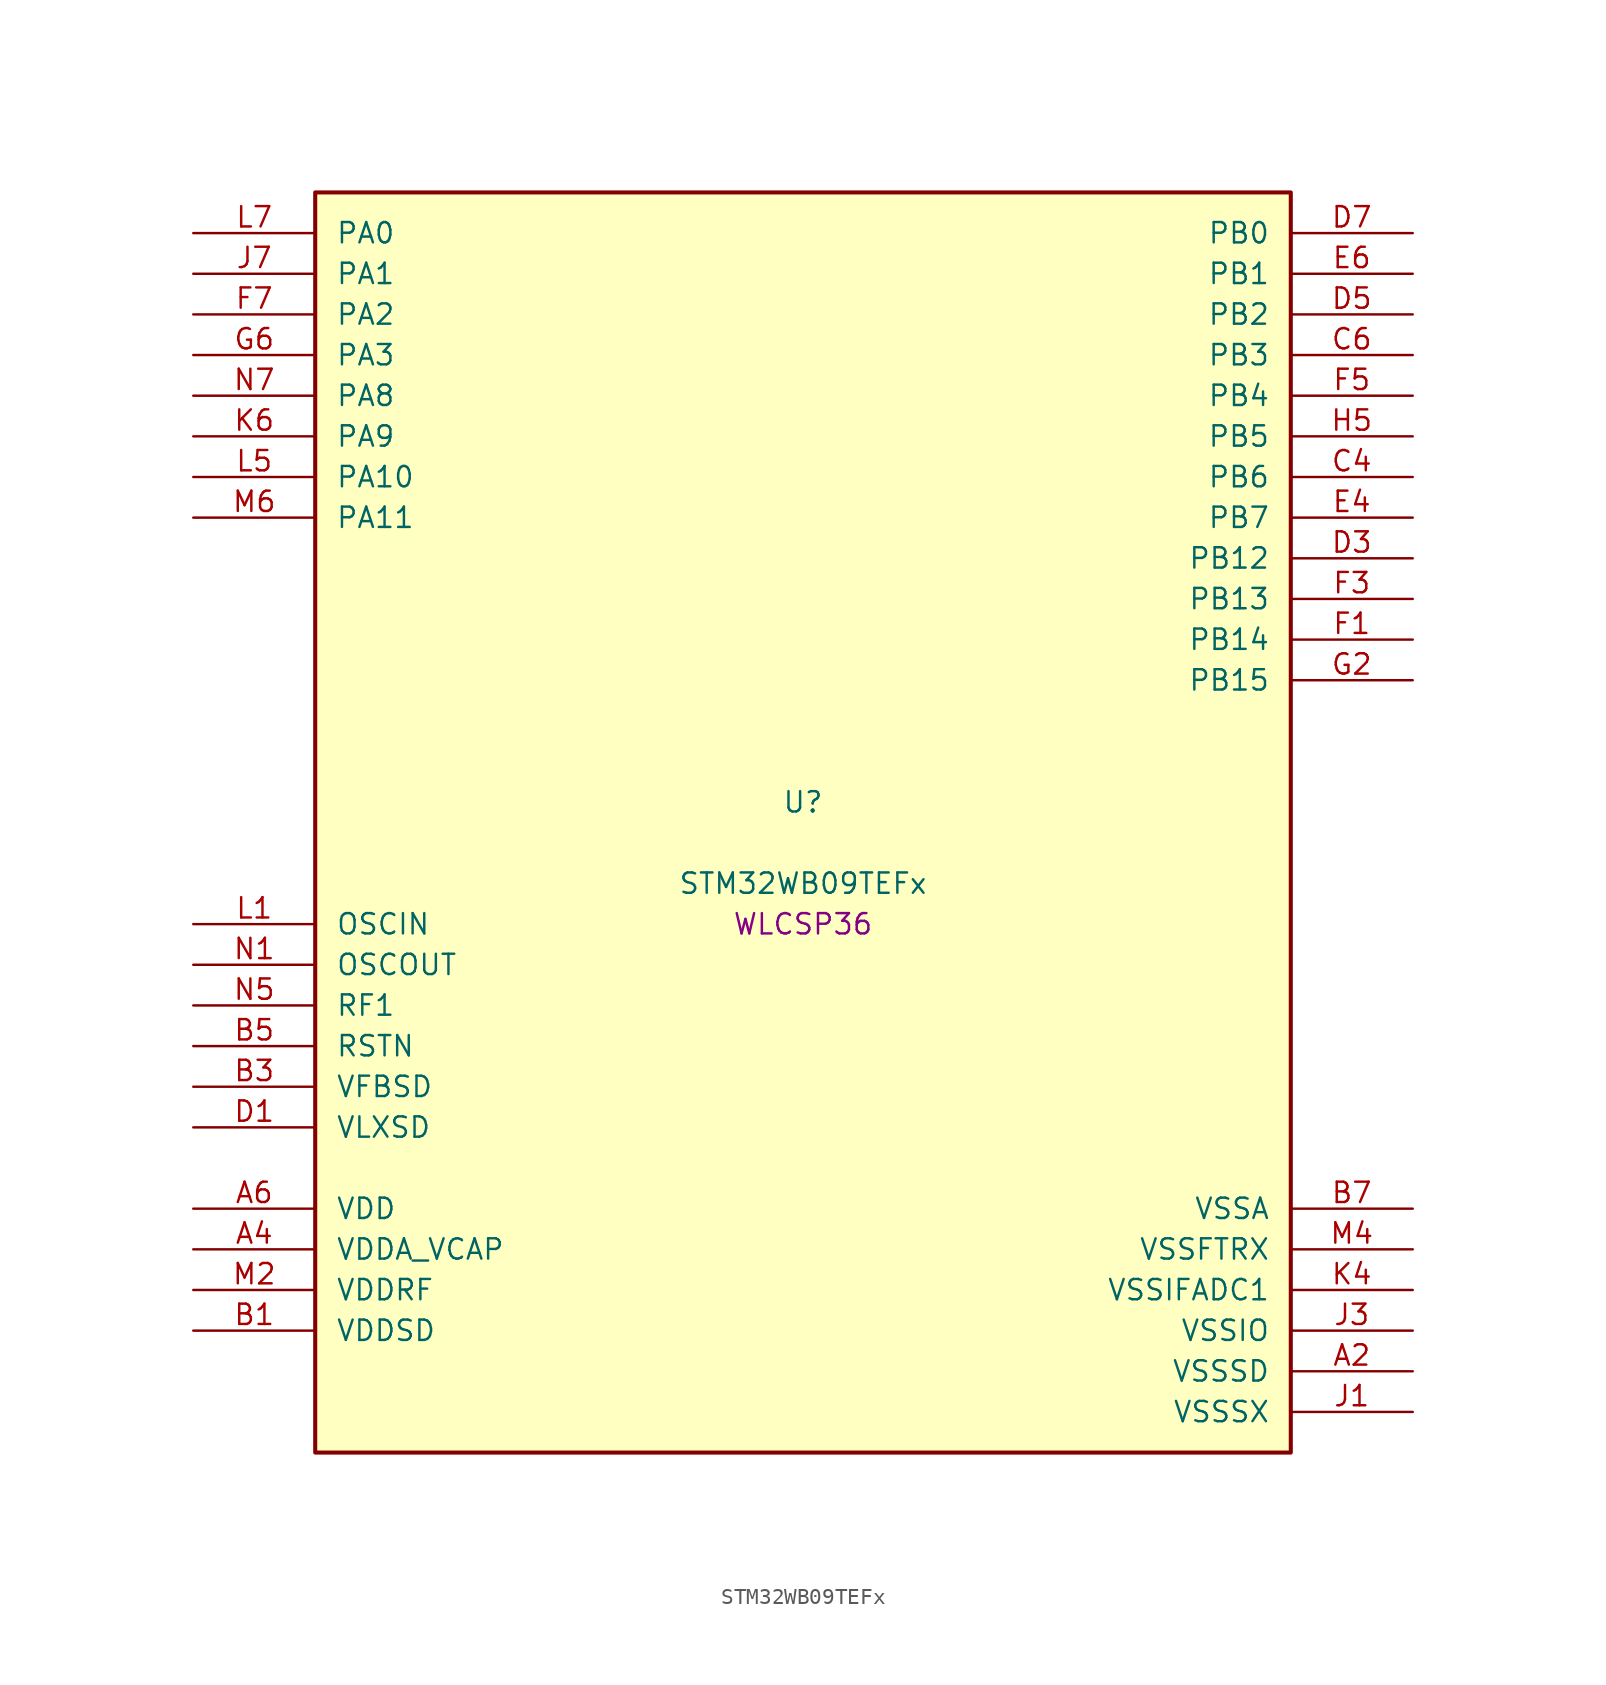
<source format=kicad_sym>
(kicad_symbol_lib
  (version 20241209)
  (generator "stm32_pkl_generator")
  (generator_version "1.0")
  (symbol "STM32WB09TEFx"
    (pin_names
      (offset 1.27))
    (property "Reference" "U"
      (at 0 2.54 0))
    (property "Value" "STM32WB09TEFx"
      (at 0 -2.54 0))
    (property "Footprint" "WLCSP36"
      (at 0 -5.08 0))
    (symbol "STM32WB09TEFx_1_1"
      (rectangle (start -30.48 40.64) (end 30.48 -38.1) (stroke (width 0.254) (type solid)) (fill (type background)))
      (pin bidirectional line (at -38.1 38.1 0) (length 7.62) (name "PA0") (number "L7") (alternate "PA0/I2C1_SCL" bidirectional line) (alternate "PA0/IR_OUT" bidirectional line) (alternate "PA0/PWR_WKUP12" bidirectional line) (alternate "PA0/TIM2_CH3" bidirectional line) (alternate "PA0/USART1_CTS" bidirectional line))
      (pin bidirectional line (at -38.1 35.56 0) (length 7.62) (name "PA1") (number "J7") (alternate "PA1/I2C1_SDA" bidirectional line) (alternate "PA1/IR_OUT" bidirectional line) (alternate "PA1/PWR_WKUP13" bidirectional line) (alternate "PA1/TIM2_CH4" bidirectional line) (alternate "PA1/USART1_TX" bidirectional line))
      (pin bidirectional line (at -38.1 33.02 0) (length 7.62) (name "PA2") (number "F7") (alternate "PA2/ADC1_VINM2" bidirectional line) (alternate "PA2/DEBUG_SWDIO" bidirectional line) (alternate "PA2/I2S3_MCK" bidirectional line) (alternate "PA2/PWR_WKUP14" bidirectional line) (alternate "PA2/TIM16_CH1" bidirectional line) (alternate "PA2/TIM2_CH1" bidirectional line) (alternate "PA2/USART1_CK" bidirectional line))
      (pin bidirectional line (at -38.1 30.48 0) (length 7.62) (name "PA3") (number "G6") (alternate "PA3/ADC1_VINP2" bidirectional line) (alternate "PA3/DEBUG_SWCLK" bidirectional line) (alternate "PA3/I2S3_SCK" bidirectional line) (alternate "PA3/PWR_WKUP15" bidirectional line) (alternate "PA3/SPI3_SCK" bidirectional line) (alternate "PA3/TIM16_CH1N" bidirectional line) (alternate "PA3/TIM2_CH2" bidirectional line) (alternate "PA3/USART1_DE" bidirectional line) (alternate "PA3/USART1_RTS" bidirectional line))
      (pin bidirectional line (at -38.1 27.94 0) (length 7.62) (name "PA8") (number "N7") (alternate "PA8/PWR_WKUP8" bidirectional line) (alternate "PA8/RADIO_RX_SEQUENCE" bidirectional line) (alternate "PA8/RTC_OUT" bidirectional line) (alternate "PA8/SPI3_MISO" bidirectional line) (alternate "PA8/TIM16_BK" bidirectional line) (alternate "PA8/TIM2_CH3" bidirectional line) (alternate "PA8/USART1_RX" bidirectional line))
      (pin bidirectional line (at -38.1 25.4 0) (length 7.62) (name "PA9") (number "K6") (alternate "PA9/I2S3_WS" bidirectional line) (alternate "PA9/PWR_WKUP9" bidirectional line) (alternate "PA9/RTC_OUT" bidirectional line) (alternate "PA9/SPI3_NSS" bidirectional line) (alternate "PA9/TIM17_CH1" bidirectional line) (alternate "PA9/TIM2_CH4" bidirectional line) (alternate "PA9/USART1_TX" bidirectional line))
      (pin bidirectional line (at -38.1 22.86 0) (length 7.62) (name "PA10") (number "L5") (alternate "PA10/I2S3_MCK" bidirectional line) (alternate "PA10/LPUART1_CTS" bidirectional line) (alternate "PA10/PWR_WKUP10" bidirectional line) (alternate "PA10/RADIO_TX_SEQUENCE" bidirectional line) (alternate "PA10/RCC_LCO" bidirectional line) (alternate "PA10/TIM17_CH1N" bidirectional line))
      (pin bidirectional line (at -38.1 20.32 0) (length 7.62) (name "PA11") (number "M6") (alternate "PA11/I2S3_SD" bidirectional line) (alternate "PA11/PWR_WKUP11" bidirectional line) (alternate "PA11/RADIO_RX_SEQUENCE" bidirectional line) (alternate "PA11/RCC_MCO" bidirectional line) (alternate "PA11/SPI3_MOSI" bidirectional line) (alternate "PA11/TIM17_BK" bidirectional line))
      (pin bidirectional line (at 38.1 38.1 180) (length 7.62) (name "PB0") (number "D7") (alternate "PB0/ADC1_VINM1" bidirectional line) (alternate "PB0/LPUART1_DE" bidirectional line) (alternate "PB0/LPUART1_RTS" bidirectional line) (alternate "PB0/PWR_WKUP0" bidirectional line) (alternate "PB0/RADIO_ANTENNA_ID_0" bidirectional line) (alternate "PB0/TIM16_CH1" bidirectional line) (alternate "PB0/USART1_RX" bidirectional line))
      (pin bidirectional line (at 38.1 35.56 180) (length 7.62) (name "PB1") (number "E6") (alternate "PB1/ADC1_VINP1" bidirectional line) (alternate "PB1/PWR_WKUP1" bidirectional line) (alternate "PB1/RADIO_ANTENNA_ID_1" bidirectional line) (alternate "PB1/TIM16_CH1N" bidirectional line) (alternate "PB1/TIM2_ETR" bidirectional line) (alternate "PB1/USART1_CK" bidirectional line))
      (pin bidirectional line (at 38.1 33.02 180) (length 7.62) (name "PB2") (number "D5") (alternate "PB2/ADC1_VINM0" bidirectional line) (alternate "PB2/PWR_WKUP2" bidirectional line) (alternate "PB2/RADIO_ANTENNA_ID_2" bidirectional line) (alternate "PB2/TIM16_BK" bidirectional line) (alternate "PB2/TIM2_CH3" bidirectional line) (alternate "PB2/USART1_DE" bidirectional line) (alternate "PB2/USART1_RTS" bidirectional line))
      (pin bidirectional line (at 38.1 30.48 180) (length 7.62) (name "PB3") (number "C6") (alternate "PB3/ADC1_VINP0" bidirectional line) (alternate "PB3/I2S3_SCK" bidirectional line) (alternate "PB3/LPUART1_TX" bidirectional line) (alternate "PB3/PWR_WKUP3" bidirectional line) (alternate "PB3/RADIO_ANTENNA_ID_3" bidirectional line) (alternate "PB3/SPI3_SCK" bidirectional line) (alternate "PB3/TIM17_CH1" bidirectional line) (alternate "PB3/TIM2_CH4" bidirectional line) (alternate "PB3/USART1_CTS" bidirectional line))
      (pin bidirectional line (at 38.1 27.94 180) (length 7.62) (name "PB4") (number "F5") (alternate "PB4/ADC1_VINM3" bidirectional line) (alternate "PB4/LPUART1_TX" bidirectional line) (alternate "PB4/PWR_WKUP4" bidirectional line) (alternate "PB4/RADIO_ANTENNA_ID_4" bidirectional line) (alternate "PB4/TIM17_CH1N" bidirectional line) (alternate "PB4/TIM2_CH1" bidirectional line))
      (pin bidirectional line (at 38.1 25.4 180) (length 7.62) (name "PB5") (number "H5") (alternate "PB5/ADC1_VINP3" bidirectional line) (alternate "PB5/LPUART1_RX" bidirectional line) (alternate "PB5/PWR_WKUP5" bidirectional line) (alternate "PB5/RADIO_ANTENNA_ID_5" bidirectional line) (alternate "PB5/TIM17_BK" bidirectional line) (alternate "PB5/TIM2_CH2" bidirectional line))
      (pin bidirectional line (at 38.1 22.86 180) (length 7.62) (name "PB6") (number "C4") (alternate "PB6/I2C1_SCL" bidirectional line) (alternate "PB6/LPUART1_TX" bidirectional line) (alternate "PB6/PWR_WKUP6" bidirectional line) (alternate "PB6/RADIO_ANTENNA_ID_6" bidirectional line) (alternate "PB6/TIM17_CH1" bidirectional line) (alternate "PB6/TIM2_CH1" bidirectional line))
      (pin bidirectional line (at 38.1 20.32 180) (length 7.62) (name "PB7") (number "E4") (alternate "PB7/I2C1_SDA" bidirectional line) (alternate "PB7/LPUART1_RX" bidirectional line) (alternate "PB7/PWR_WKUP7" bidirectional line) (alternate "PB7/RADIO_ACTIVITY" bidirectional line) (alternate "PB7/TIM2_CH2" bidirectional line) (alternate "PB7/USART1_CTS" bidirectional line))
      (pin bidirectional line (at 38.1 17.78 180) (length 7.62) (name "PB12") (number "D3") (alternate "PB12/LPUART1_CTS" bidirectional line) (alternate "PB12/PWR_WKUP16" bidirectional line) (alternate "PB12/RCC_LCO" bidirectional line) (alternate "PB12/RCC_OSC32_OUT" bidirectional line) (alternate "PB12/TIM2_CH3" bidirectional line))
      (pin bidirectional line (at 38.1 15.24 180) (length 7.62) (name "PB13") (number "F3") (alternate "PB13/PWR_WKUP17" bidirectional line) (alternate "PB13/RCC_OSC32_IN" bidirectional line) (alternate "PB13/TIM2_CH4" bidirectional line))
      (pin bidirectional line (at 38.1 12.7 180) (length 7.62) (name "PB14") (number "F1") (alternate "PB14/I2C1_SDA" bidirectional line) (alternate "PB14/PWR_PVD_IN" bidirectional line) (alternate "PB14/PWR_WKUP18" bidirectional line) (alternate "PB14/RADIO_TX_SEQUENCE" bidirectional line) (alternate "PB14/RCC_MCO" bidirectional line) (alternate "PB14/TIM2_ETR" bidirectional line) (alternate "PB14/USART1_RX" bidirectional line))
      (pin bidirectional line (at 38.1 10.16 180) (length 7.62) (name "PB15") (number "G2") (alternate "PB15/PWR_WKUP19" bidirectional line) (alternate "PB15/USART1_TX" bidirectional line))
      (pin bidirectional line (at -38.1 -5.08 0) (length 7.62) (name "OSCIN") (number "L1") (alternate "OSCIN/RCC_OSC_IN" bidirectional line))
      (pin bidirectional line (at -38.1 -7.62 0) (length 7.62) (name "OSCOUT") (number "N1") (alternate "OSCOUT/RCC_OSC_OUT" bidirectional line))
      (pin bidirectional line (at -38.1 -10.16 0) (length 7.62) (name "RF1") (number "N5") (alternate "RF1/RADIO_RF1" bidirectional line))
      (pin power_in line (at -38.1 -12.7 0) (length 7.62) (name "RSTN") (number "B5"))
      (pin power_in line (at -38.1 -15.24 0) (length 7.62) (name "VFBSD") (number "B3"))
      (pin power_in line (at -38.1 -17.78 0) (length 7.62) (name "VLXSD") (number "D1"))
      (pin power_in line (at -38.1 -22.86 0) (length 7.62) (name "VDD") (number "A6"))
      (pin power_in line (at -38.1 -25.4 0) (length 7.62) (name "VDDA_VCAP") (number "A4"))
      (pin power_in line (at -38.1 -27.94 0) (length 7.62) (name "VDDRF") (number "M2"))
      (pin power_in line (at -38.1 -30.48 0) (length 7.62) (name "VDDSD") (number "B1"))
      (pin power_in line (at 38.1 -22.86 180) (length 7.62) (name "VSSA") (number "B7"))
      (pin power_in line (at 38.1 -25.4 180) (length 7.62) (name "VSSFTRX") (number "M4"))
      (pin power_in line (at 38.1 -27.94 180) (length 7.62) (name "VSSIFADC1") (number "K4"))
      (pin power_in line (at 38.1 -30.48 180) (length 7.62) (name "VSSIO") (number "J3"))
      (pin power_in line (at 38.1 -33.02 180) (length 7.62) (name "VSSSD") (number "A2"))
      (pin power_in line (at 38.1 -35.56 180) (length 7.62) (name "VSSSX") (number "J1")))))
</source>
